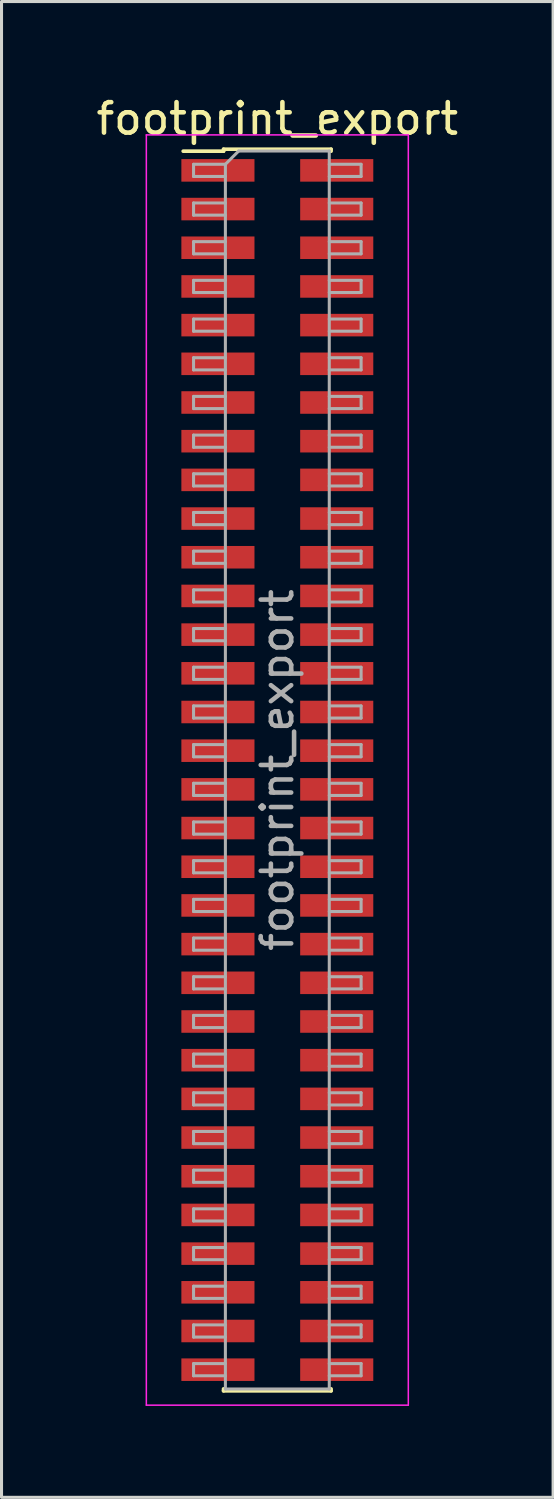
<source format=kicad_pcb>
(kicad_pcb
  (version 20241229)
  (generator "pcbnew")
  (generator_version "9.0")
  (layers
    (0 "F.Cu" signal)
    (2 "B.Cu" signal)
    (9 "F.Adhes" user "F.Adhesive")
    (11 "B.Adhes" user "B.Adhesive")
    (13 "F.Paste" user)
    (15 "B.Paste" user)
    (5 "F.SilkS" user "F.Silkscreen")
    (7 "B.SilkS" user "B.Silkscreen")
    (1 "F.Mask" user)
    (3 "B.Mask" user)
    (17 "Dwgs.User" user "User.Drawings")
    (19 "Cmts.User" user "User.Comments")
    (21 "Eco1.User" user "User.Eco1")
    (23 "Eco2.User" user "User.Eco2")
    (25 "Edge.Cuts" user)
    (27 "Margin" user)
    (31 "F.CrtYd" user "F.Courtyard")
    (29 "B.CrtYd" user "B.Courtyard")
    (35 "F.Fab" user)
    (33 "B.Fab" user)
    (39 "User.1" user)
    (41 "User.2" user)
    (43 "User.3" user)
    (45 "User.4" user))
  (footprint "footprint_export"
    (layer "F.Cu")
    (at 6.054 22.228)
    (property "Reference" "footprint_export" (at 0 -21.38 0) (layer "F.SilkS") (effects (font (size 1 1) (thickness 0.15))))
    (attr smd)
    (fp_line (start -3.09 -20.315) (end -1.765 -20.315) (stroke (width 0.12) (type solid)) (layer "F.SilkS"))
    (fp_line (start -1.765 -20.38) (end -1.765 -20.315) (stroke (width 0.12) (type solid)) (layer "F.SilkS"))
    (fp_line (start -1.765 -20.38) (end 1.765 -20.38) (stroke (width 0.12) (type solid)) (layer "F.SilkS"))
    (fp_line (start -1.765 20.315) (end -1.765 20.38) (stroke (width 0.12) (type solid)) (layer "F.SilkS"))
    (fp_line (start -1.765 20.38) (end 1.765 20.38) (stroke (width 0.12) (type solid)) (layer "F.SilkS"))
    (fp_line (start 1.765 -20.38) (end 1.765 -20.315) (stroke (width 0.12) (type solid)) (layer "F.SilkS"))
    (fp_line (start 1.765 20.315) (end 1.765 20.38) (stroke (width 0.12) (type solid)) (layer "F.SilkS"))
    (fp_line (start -4.3 -20.85) (end -4.3 20.85) (stroke (width 0.05) (type solid)) (layer "F.CrtYd"))
    (fp_line (start -4.3 20.85) (end 4.3 20.85) (stroke (width 0.05) (type solid)) (layer "F.CrtYd"))
    (fp_line (start 4.3 -20.85) (end -4.3 -20.85) (stroke (width 0.05) (type solid)) (layer "F.CrtYd"))
    (fp_line (start 4.3 20.85) (end 4.3 -20.85) (stroke (width 0.05) (type solid)) (layer "F.CrtYd"))
    (fp_line (start -2.75 -19.885) (end -2.75 -19.485) (stroke (width 0.1) (type solid)) (layer "F.Fab"))
    (fp_line (start -2.75 -19.485) (end -1.705 -19.485) (stroke (width 0.1) (type solid)) (layer "F.Fab"))
    (fp_line (start -2.75 -18.615) (end -2.75 -18.215) (stroke (width 0.1) (type solid)) (layer "F.Fab"))
    (fp_line (start -2.75 -18.215) (end -1.705 -18.215) (stroke (width 0.1) (type solid)) (layer "F.Fab"))
    (fp_line (start -2.75 -17.345) (end -2.75 -16.945) (stroke (width 0.1) (type solid)) (layer "F.Fab"))
    (fp_line (start -2.75 -16.945) (end -1.705 -16.945) (stroke (width 0.1) (type solid)) (layer "F.Fab"))
    (fp_line (start -2.75 -16.075) (end -2.75 -15.675) (stroke (width 0.1) (type solid)) (layer "F.Fab"))
    (fp_line (start -2.75 -15.675) (end -1.705 -15.675) (stroke (width 0.1) (type solid)) (layer "F.Fab"))
    (fp_line (start -2.75 -14.805) (end -2.75 -14.405) (stroke (width 0.1) (type solid)) (layer "F.Fab"))
    (fp_line (start -2.75 -14.405) (end -1.705 -14.405) (stroke (width 0.1) (type solid)) (layer "F.Fab"))
    (fp_line (start -2.75 -13.535) (end -2.75 -13.135) (stroke (width 0.1) (type solid)) (layer "F.Fab"))
    (fp_line (start -2.75 -13.135) (end -1.705 -13.135) (stroke (width 0.1) (type solid)) (layer "F.Fab"))
    (fp_line (start -2.75 -12.265) (end -2.75 -11.865) (stroke (width 0.1) (type solid)) (layer "F.Fab"))
    (fp_line (start -2.75 -11.865) (end -1.705 -11.865) (stroke (width 0.1) (type solid)) (layer "F.Fab"))
    (fp_line (start -2.75 -10.995) (end -2.75 -10.595) (stroke (width 0.1) (type solid)) (layer "F.Fab"))
    (fp_line (start -2.75 -10.595) (end -1.705 -10.595) (stroke (width 0.1) (type solid)) (layer "F.Fab"))
    (fp_line (start -2.75 -9.725) (end -2.75 -9.325) (stroke (width 0.1) (type solid)) (layer "F.Fab"))
    (fp_line (start -2.75 -9.325) (end -1.705 -9.325) (stroke (width 0.1) (type solid)) (layer "F.Fab"))
    (fp_line (start -2.75 -8.455) (end -2.75 -8.055) (stroke (width 0.1) (type solid)) (layer "F.Fab"))
    (fp_line (start -2.75 -8.055) (end -1.705 -8.055) (stroke (width 0.1) (type solid)) (layer "F.Fab"))
    (fp_line (start -2.75 -7.185) (end -2.75 -6.785) (stroke (width 0.1) (type solid)) (layer "F.Fab"))
    (fp_line (start -2.75 -6.785) (end -1.705 -6.785) (stroke (width 0.1) (type solid)) (layer "F.Fab"))
    (fp_line (start -2.75 -5.915) (end -2.75 -5.515) (stroke (width 0.1) (type solid)) (layer "F.Fab"))
    (fp_line (start -2.75 -5.515) (end -1.705 -5.515) (stroke (width 0.1) (type solid)) (layer "F.Fab"))
    (fp_line (start -2.75 -4.645) (end -2.75 -4.245) (stroke (width 0.1) (type solid)) (layer "F.Fab"))
    (fp_line (start -2.75 -4.245) (end -1.705 -4.245) (stroke (width 0.1) (type solid)) (layer "F.Fab"))
    (fp_line (start -2.75 -3.375) (end -2.75 -2.975) (stroke (width 0.1) (type solid)) (layer "F.Fab"))
    (fp_line (start -2.75 -2.975) (end -1.705 -2.975) (stroke (width 0.1) (type solid)) (layer "F.Fab"))
    (fp_line (start -2.75 -2.105) (end -2.75 -1.705) (stroke (width 0.1) (type solid)) (layer "F.Fab"))
    (fp_line (start -2.75 -1.705) (end -1.705 -1.705) (stroke (width 0.1) (type solid)) (layer "F.Fab"))
    (fp_line (start -2.75 -0.835) (end -2.75 -0.435) (stroke (width 0.1) (type solid)) (layer "F.Fab"))
    (fp_line (start -2.75 -0.435) (end -1.705 -0.435) (stroke (width 0.1) (type solid)) (layer "F.Fab"))
    (fp_line (start -2.75 0.435) (end -2.75 0.835) (stroke (width 0.1) (type solid)) (layer "F.Fab"))
    (fp_line (start -2.75 0.835) (end -1.705 0.835) (stroke (width 0.1) (type solid)) (layer "F.Fab"))
    (fp_line (start -2.75 1.705) (end -2.75 2.105) (stroke (width 0.1) (type solid)) (layer "F.Fab"))
    (fp_line (start -2.75 2.105) (end -1.705 2.105) (stroke (width 0.1) (type solid)) (layer "F.Fab"))
    (fp_line (start -2.75 2.975) (end -2.75 3.375) (stroke (width 0.1) (type solid)) (layer "F.Fab"))
    (fp_line (start -2.75 3.375) (end -1.705 3.375) (stroke (width 0.1) (type solid)) (layer "F.Fab"))
    (fp_line (start -2.75 4.245) (end -2.75 4.645) (stroke (width 0.1) (type solid)) (layer "F.Fab"))
    (fp_line (start -2.75 4.645) (end -1.705 4.645) (stroke (width 0.1) (type solid)) (layer "F.Fab"))
    (fp_line (start -2.75 5.515) (end -2.75 5.915) (stroke (width 0.1) (type solid)) (layer "F.Fab"))
    (fp_line (start -2.75 5.915) (end -1.705 5.915) (stroke (width 0.1) (type solid)) (layer "F.Fab"))
    (fp_line (start -2.75 6.785) (end -2.75 7.185) (stroke (width 0.1) (type solid)) (layer "F.Fab"))
    (fp_line (start -2.75 7.185) (end -1.705 7.185) (stroke (width 0.1) (type solid)) (layer "F.Fab"))
    (fp_line (start -2.75 8.055) (end -2.75 8.455) (stroke (width 0.1) (type solid)) (layer "F.Fab"))
    (fp_line (start -2.75 8.455) (end -1.705 8.455) (stroke (width 0.1) (type solid)) (layer "F.Fab"))
    (fp_line (start -2.75 9.325) (end -2.75 9.725) (stroke (width 0.1) (type solid)) (layer "F.Fab"))
    (fp_line (start -2.75 9.725) (end -1.705 9.725) (stroke (width 0.1) (type solid)) (layer "F.Fab"))
    (fp_line (start -2.75 10.595) (end -2.75 10.995) (stroke (width 0.1) (type solid)) (layer "F.Fab"))
    (fp_line (start -2.75 10.995) (end -1.705 10.995) (stroke (width 0.1) (type solid)) (layer "F.Fab"))
    (fp_line (start -2.75 11.865) (end -2.75 12.265) (stroke (width 0.1) (type solid)) (layer "F.Fab"))
    (fp_line (start -2.75 12.265) (end -1.705 12.265) (stroke (width 0.1) (type solid)) (layer "F.Fab"))
    (fp_line (start -2.75 13.135) (end -2.75 13.535) (stroke (width 0.1) (type solid)) (layer "F.Fab"))
    (fp_line (start -2.75 13.535) (end -1.705 13.535) (stroke (width 0.1) (type solid)) (layer "F.Fab"))
    (fp_line (start -2.75 14.405) (end -2.75 14.805) (stroke (width 0.1) (type solid)) (layer "F.Fab"))
    (fp_line (start -2.75 14.805) (end -1.705 14.805) (stroke (width 0.1) (type solid)) (layer "F.Fab"))
    (fp_line (start -2.75 15.675) (end -2.75 16.075) (stroke (width 0.1) (type solid)) (layer "F.Fab"))
    (fp_line (start -2.75 16.075) (end -1.705 16.075) (stroke (width 0.1) (type solid)) (layer "F.Fab"))
    (fp_line (start -2.75 16.945) (end -2.75 17.345) (stroke (width 0.1) (type solid)) (layer "F.Fab"))
    (fp_line (start -2.75 17.345) (end -1.705 17.345) (stroke (width 0.1) (type solid)) (layer "F.Fab"))
    (fp_line (start -2.75 18.215) (end -2.75 18.615) (stroke (width 0.1) (type solid)) (layer "F.Fab"))
    (fp_line (start -2.75 18.615) (end -1.705 18.615) (stroke (width 0.1) (type solid)) (layer "F.Fab"))
    (fp_line (start -2.75 19.485) (end -2.75 19.885) (stroke (width 0.1) (type solid)) (layer "F.Fab"))
    (fp_line (start -2.75 19.885) (end -1.705 19.885) (stroke (width 0.1) (type solid)) (layer "F.Fab"))
    (fp_line (start -1.705 -19.885) (end -2.75 -19.885) (stroke (width 0.1) (type solid)) (layer "F.Fab"))
    (fp_line (start -1.705 -19.885) (end -1.27 -20.32) (stroke (width 0.1) (type solid)) (layer "F.Fab"))
    (fp_line (start -1.705 -18.615) (end -2.75 -18.615) (stroke (width 0.1) (type solid)) (layer "F.Fab"))
    (fp_line (start -1.705 -17.345) (end -2.75 -17.345) (stroke (width 0.1) (type solid)) (layer "F.Fab"))
    (fp_line (start -1.705 -16.075) (end -2.75 -16.075) (stroke (width 0.1) (type solid)) (layer "F.Fab"))
    (fp_line (start -1.705 -14.805) (end -2.75 -14.805) (stroke (width 0.1) (type solid)) (layer "F.Fab"))
    (fp_line (start -1.705 -13.535) (end -2.75 -13.535) (stroke (width 0.1) (type solid)) (layer "F.Fab"))
    (fp_line (start -1.705 -12.265) (end -2.75 -12.265) (stroke (width 0.1) (type solid)) (layer "F.Fab"))
    (fp_line (start -1.705 -10.995) (end -2.75 -10.995) (stroke (width 0.1) (type solid)) (layer "F.Fab"))
    (fp_line (start -1.705 -9.725) (end -2.75 -9.725) (stroke (width 0.1) (type solid)) (layer "F.Fab"))
    (fp_line (start -1.705 -8.455) (end -2.75 -8.455) (stroke (width 0.1) (type solid)) (layer "F.Fab"))
    (fp_line (start -1.705 -7.185) (end -2.75 -7.185) (stroke (width 0.1) (type solid)) (layer "F.Fab"))
    (fp_line (start -1.705 -5.915) (end -2.75 -5.915) (stroke (width 0.1) (type solid)) (layer "F.Fab"))
    (fp_line (start -1.705 -4.645) (end -2.75 -4.645) (stroke (width 0.1) (type solid)) (layer "F.Fab"))
    (fp_line (start -1.705 -3.375) (end -2.75 -3.375) (stroke (width 0.1) (type solid)) (layer "F.Fab"))
    (fp_line (start -1.705 -2.105) (end -2.75 -2.105) (stroke (width 0.1) (type solid)) (layer "F.Fab"))
    (fp_line (start -1.705 -0.835) (end -2.75 -0.835) (stroke (width 0.1) (type solid)) (layer "F.Fab"))
    (fp_line (start -1.705 0.435) (end -2.75 0.435) (stroke (width 0.1) (type solid)) (layer "F.Fab"))
    (fp_line (start -1.705 1.705) (end -2.75 1.705) (stroke (width 0.1) (type solid)) (layer "F.Fab"))
    (fp_line (start -1.705 2.975) (end -2.75 2.975) (stroke (width 0.1) (type solid)) (layer "F.Fab"))
    (fp_line (start -1.705 4.245) (end -2.75 4.245) (stroke (width 0.1) (type solid)) (layer "F.Fab"))
    (fp_line (start -1.705 5.515) (end -2.75 5.515) (stroke (width 0.1) (type solid)) (layer "F.Fab"))
    (fp_line (start -1.705 6.785) (end -2.75 6.785) (stroke (width 0.1) (type solid)) (layer "F.Fab"))
    (fp_line (start -1.705 8.055) (end -2.75 8.055) (stroke (width 0.1) (type solid)) (layer "F.Fab"))
    (fp_line (start -1.705 9.325) (end -2.75 9.325) (stroke (width 0.1) (type solid)) (layer "F.Fab"))
    (fp_line (start -1.705 10.595) (end -2.75 10.595) (stroke (width 0.1) (type solid)) (layer "F.Fab"))
    (fp_line (start -1.705 11.865) (end -2.75 11.865) (stroke (width 0.1) (type solid)) (layer "F.Fab"))
    (fp_line (start -1.705 13.135) (end -2.75 13.135) (stroke (width 0.1) (type solid)) (layer "F.Fab"))
    (fp_line (start -1.705 14.405) (end -2.75 14.405) (stroke (width 0.1) (type solid)) (layer "F.Fab"))
    (fp_line (start -1.705 15.675) (end -2.75 15.675) (stroke (width 0.1) (type solid)) (layer "F.Fab"))
    (fp_line (start -1.705 16.945) (end -2.75 16.945) (stroke (width 0.1) (type solid)) (layer "F.Fab"))
    (fp_line (start -1.705 18.215) (end -2.75 18.215) (stroke (width 0.1) (type solid)) (layer "F.Fab"))
    (fp_line (start -1.705 19.485) (end -2.75 19.485) (stroke (width 0.1) (type solid)) (layer "F.Fab"))
    (fp_line (start -1.705 20.32) (end -1.705 -19.885) (stroke (width 0.1) (type solid)) (layer "F.Fab"))
    (fp_line (start -1.27 -20.32) (end 1.705 -20.32) (stroke (width 0.1) (type solid)) (layer "F.Fab"))
    (fp_line (start 1.705 -20.32) (end 1.705 20.32) (stroke (width 0.1) (type solid)) (layer "F.Fab"))
    (fp_line (start 1.705 -19.885) (end 2.75 -19.885) (stroke (width 0.1) (type solid)) (layer "F.Fab"))
    (fp_line (start 1.705 -18.615) (end 2.75 -18.615) (stroke (width 0.1) (type solid)) (layer "F.Fab"))
    (fp_line (start 1.705 -17.345) (end 2.75 -17.345) (stroke (width 0.1) (type solid)) (layer "F.Fab"))
    (fp_line (start 1.705 -16.075) (end 2.75 -16.075) (stroke (width 0.1) (type solid)) (layer "F.Fab"))
    (fp_line (start 1.705 -14.805) (end 2.75 -14.805) (stroke (width 0.1) (type solid)) (layer "F.Fab"))
    (fp_line (start 1.705 -13.535) (end 2.75 -13.535) (stroke (width 0.1) (type solid)) (layer "F.Fab"))
    (fp_line (start 1.705 -12.265) (end 2.75 -12.265) (stroke (width 0.1) (type solid)) (layer "F.Fab"))
    (fp_line (start 1.705 -10.995) (end 2.75 -10.995) (stroke (width 0.1) (type solid)) (layer "F.Fab"))
    (fp_line (start 1.705 -9.725) (end 2.75 -9.725) (stroke (width 0.1) (type solid)) (layer "F.Fab"))
    (fp_line (start 1.705 -8.455) (end 2.75 -8.455) (stroke (width 0.1) (type solid)) (layer "F.Fab"))
    (fp_line (start 1.705 -7.185) (end 2.75 -7.185) (stroke (width 0.1) (type solid)) (layer "F.Fab"))
    (fp_line (start 1.705 -5.915) (end 2.75 -5.915) (stroke (width 0.1) (type solid)) (layer "F.Fab"))
    (fp_line (start 1.705 -4.645) (end 2.75 -4.645) (stroke (width 0.1) (type solid)) (layer "F.Fab"))
    (fp_line (start 1.705 -3.375) (end 2.75 -3.375) (stroke (width 0.1) (type solid)) (layer "F.Fab"))
    (fp_line (start 1.705 -2.105) (end 2.75 -2.105) (stroke (width 0.1) (type solid)) (layer "F.Fab"))
    (fp_line (start 1.705 -0.835) (end 2.75 -0.835) (stroke (width 0.1) (type solid)) (layer "F.Fab"))
    (fp_line (start 1.705 0.435) (end 2.75 0.435) (stroke (width 0.1) (type solid)) (layer "F.Fab"))
    (fp_line (start 1.705 1.705) (end 2.75 1.705) (stroke (width 0.1) (type solid)) (layer "F.Fab"))
    (fp_line (start 1.705 2.975) (end 2.75 2.975) (stroke (width 0.1) (type solid)) (layer "F.Fab"))
    (fp_line (start 1.705 4.245) (end 2.75 4.245) (stroke (width 0.1) (type solid)) (layer "F.Fab"))
    (fp_line (start 1.705 5.515) (end 2.75 5.515) (stroke (width 0.1) (type solid)) (layer "F.Fab"))
    (fp_line (start 1.705 6.785) (end 2.75 6.785) (stroke (width 0.1) (type solid)) (layer "F.Fab"))
    (fp_line (start 1.705 8.055) (end 2.75 8.055) (stroke (width 0.1) (type solid)) (layer "F.Fab"))
    (fp_line (start 1.705 9.325) (end 2.75 9.325) (stroke (width 0.1) (type solid)) (layer "F.Fab"))
    (fp_line (start 1.705 10.595) (end 2.75 10.595) (stroke (width 0.1) (type solid)) (layer "F.Fab"))
    (fp_line (start 1.705 11.865) (end 2.75 11.865) (stroke (width 0.1) (type solid)) (layer "F.Fab"))
    (fp_line (start 1.705 13.135) (end 2.75 13.135) (stroke (width 0.1) (type solid)) (layer "F.Fab"))
    (fp_line (start 1.705 14.405) (end 2.75 14.405) (stroke (width 0.1) (type solid)) (layer "F.Fab"))
    (fp_line (start 1.705 15.675) (end 2.75 15.675) (stroke (width 0.1) (type solid)) (layer "F.Fab"))
    (fp_line (start 1.705 16.945) (end 2.75 16.945) (stroke (width 0.1) (type solid)) (layer "F.Fab"))
    (fp_line (start 1.705 18.215) (end 2.75 18.215) (stroke (width 0.1) (type solid)) (layer "F.Fab"))
    (fp_line (start 1.705 19.485) (end 2.75 19.485) (stroke (width 0.1) (type solid)) (layer "F.Fab"))
    (fp_line (start 1.705 20.32) (end -1.705 20.32) (stroke (width 0.1) (type solid)) (layer "F.Fab"))
    (fp_line (start 2.75 -19.885) (end 2.75 -19.485) (stroke (width 0.1) (type solid)) (layer "F.Fab"))
    (fp_line (start 2.75 -19.485) (end 1.705 -19.485) (stroke (width 0.1) (type solid)) (layer "F.Fab"))
    (fp_line (start 2.75 -18.615) (end 2.75 -18.215) (stroke (width 0.1) (type solid)) (layer "F.Fab"))
    (fp_line (start 2.75 -18.215) (end 1.705 -18.215) (stroke (width 0.1) (type solid)) (layer "F.Fab"))
    (fp_line (start 2.75 -17.345) (end 2.75 -16.945) (stroke (width 0.1) (type solid)) (layer "F.Fab"))
    (fp_line (start 2.75 -16.945) (end 1.705 -16.945) (stroke (width 0.1) (type solid)) (layer "F.Fab"))
    (fp_line (start 2.75 -16.075) (end 2.75 -15.675) (stroke (width 0.1) (type solid)) (layer "F.Fab"))
    (fp_line (start 2.75 -15.675) (end 1.705 -15.675) (stroke (width 0.1) (type solid)) (layer "F.Fab"))
    (fp_line (start 2.75 -14.805) (end 2.75 -14.405) (stroke (width 0.1) (type solid)) (layer "F.Fab"))
    (fp_line (start 2.75 -14.405) (end 1.705 -14.405) (stroke (width 0.1) (type solid)) (layer "F.Fab"))
    (fp_line (start 2.75 -13.535) (end 2.75 -13.135) (stroke (width 0.1) (type solid)) (layer "F.Fab"))
    (fp_line (start 2.75 -13.135) (end 1.705 -13.135) (stroke (width 0.1) (type solid)) (layer "F.Fab"))
    (fp_line (start 2.75 -12.265) (end 2.75 -11.865) (stroke (width 0.1) (type solid)) (layer "F.Fab"))
    (fp_line (start 2.75 -11.865) (end 1.705 -11.865) (stroke (width 0.1) (type solid)) (layer "F.Fab"))
    (fp_line (start 2.75 -10.995) (end 2.75 -10.595) (stroke (width 0.1) (type solid)) (layer "F.Fab"))
    (fp_line (start 2.75 -10.595) (end 1.705 -10.595) (stroke (width 0.1) (type solid)) (layer "F.Fab"))
    (fp_line (start 2.75 -9.725) (end 2.75 -9.325) (stroke (width 0.1) (type solid)) (layer "F.Fab"))
    (fp_line (start 2.75 -9.325) (end 1.705 -9.325) (stroke (width 0.1) (type solid)) (layer "F.Fab"))
    (fp_line (start 2.75 -8.455) (end 2.75 -8.055) (stroke (width 0.1) (type solid)) (layer "F.Fab"))
    (fp_line (start 2.75 -8.055) (end 1.705 -8.055) (stroke (width 0.1) (type solid)) (layer "F.Fab"))
    (fp_line (start 2.75 -7.185) (end 2.75 -6.785) (stroke (width 0.1) (type solid)) (layer "F.Fab"))
    (fp_line (start 2.75 -6.785) (end 1.705 -6.785) (stroke (width 0.1) (type solid)) (layer "F.Fab"))
    (fp_line (start 2.75 -5.915) (end 2.75 -5.515) (stroke (width 0.1) (type solid)) (layer "F.Fab"))
    (fp_line (start 2.75 -5.515) (end 1.705 -5.515) (stroke (width 0.1) (type solid)) (layer "F.Fab"))
    (fp_line (start 2.75 -4.645) (end 2.75 -4.245) (stroke (width 0.1) (type solid)) (layer "F.Fab"))
    (fp_line (start 2.75 -4.245) (end 1.705 -4.245) (stroke (width 0.1) (type solid)) (layer "F.Fab"))
    (fp_line (start 2.75 -3.375) (end 2.75 -2.975) (stroke (width 0.1) (type solid)) (layer "F.Fab"))
    (fp_line (start 2.75 -2.975) (end 1.705 -2.975) (stroke (width 0.1) (type solid)) (layer "F.Fab"))
    (fp_line (start 2.75 -2.105) (end 2.75 -1.705) (stroke (width 0.1) (type solid)) (layer "F.Fab"))
    (fp_line (start 2.75 -1.705) (end 1.705 -1.705) (stroke (width 0.1) (type solid)) (layer "F.Fab"))
    (fp_line (start 2.75 -0.835) (end 2.75 -0.435) (stroke (width 0.1) (type solid)) (layer "F.Fab"))
    (fp_line (start 2.75 -0.435) (end 1.705 -0.435) (stroke (width 0.1) (type solid)) (layer "F.Fab"))
    (fp_line (start 2.75 0.435) (end 2.75 0.835) (stroke (width 0.1) (type solid)) (layer "F.Fab"))
    (fp_line (start 2.75 0.835) (end 1.705 0.835) (stroke (width 0.1) (type solid)) (layer "F.Fab"))
    (fp_line (start 2.75 1.705) (end 2.75 2.105) (stroke (width 0.1) (type solid)) (layer "F.Fab"))
    (fp_line (start 2.75 2.105) (end 1.705 2.105) (stroke (width 0.1) (type solid)) (layer "F.Fab"))
    (fp_line (start 2.75 2.975) (end 2.75 3.375) (stroke (width 0.1) (type solid)) (layer "F.Fab"))
    (fp_line (start 2.75 3.375) (end 1.705 3.375) (stroke (width 0.1) (type solid)) (layer "F.Fab"))
    (fp_line (start 2.75 4.245) (end 2.75 4.645) (stroke (width 0.1) (type solid)) (layer "F.Fab"))
    (fp_line (start 2.75 4.645) (end 1.705 4.645) (stroke (width 0.1) (type solid)) (layer "F.Fab"))
    (fp_line (start 2.75 5.515) (end 2.75 5.915) (stroke (width 0.1) (type solid)) (layer "F.Fab"))
    (fp_line (start 2.75 5.915) (end 1.705 5.915) (stroke (width 0.1) (type solid)) (layer "F.Fab"))
    (fp_line (start 2.75 6.785) (end 2.75 7.185) (stroke (width 0.1) (type solid)) (layer "F.Fab"))
    (fp_line (start 2.75 7.185) (end 1.705 7.185) (stroke (width 0.1) (type solid)) (layer "F.Fab"))
    (fp_line (start 2.75 8.055) (end 2.75 8.455) (stroke (width 0.1) (type solid)) (layer "F.Fab"))
    (fp_line (start 2.75 8.455) (end 1.705 8.455) (stroke (width 0.1) (type solid)) (layer "F.Fab"))
    (fp_line (start 2.75 9.325) (end 2.75 9.725) (stroke (width 0.1) (type solid)) (layer "F.Fab"))
    (fp_line (start 2.75 9.725) (end 1.705 9.725) (stroke (width 0.1) (type solid)) (layer "F.Fab"))
    (fp_line (start 2.75 10.595) (end 2.75 10.995) (stroke (width 0.1) (type solid)) (layer "F.Fab"))
    (fp_line (start 2.75 10.995) (end 1.705 10.995) (stroke (width 0.1) (type solid)) (layer "F.Fab"))
    (fp_line (start 2.75 11.865) (end 2.75 12.265) (stroke (width 0.1) (type solid)) (layer "F.Fab"))
    (fp_line (start 2.75 12.265) (end 1.705 12.265) (stroke (width 0.1) (type solid)) (layer "F.Fab"))
    (fp_line (start 2.75 13.135) (end 2.75 13.535) (stroke (width 0.1) (type solid)) (layer "F.Fab"))
    (fp_line (start 2.75 13.535) (end 1.705 13.535) (stroke (width 0.1) (type solid)) (layer "F.Fab"))
    (fp_line (start 2.75 14.405) (end 2.75 14.805) (stroke (width 0.1) (type solid)) (layer "F.Fab"))
    (fp_line (start 2.75 14.805) (end 1.705 14.805) (stroke (width 0.1) (type solid)) (layer "F.Fab"))
    (fp_line (start 2.75 15.675) (end 2.75 16.075) (stroke (width 0.1) (type solid)) (layer "F.Fab"))
    (fp_line (start 2.75 16.075) (end 1.705 16.075) (stroke (width 0.1) (type solid)) (layer "F.Fab"))
    (fp_line (start 2.75 16.945) (end 2.75 17.345) (stroke (width 0.1) (type solid)) (layer "F.Fab"))
    (fp_line (start 2.75 17.345) (end 1.705 17.345) (stroke (width 0.1) (type solid)) (layer "F.Fab"))
    (fp_line (start 2.75 18.215) (end 2.75 18.615) (stroke (width 0.1) (type solid)) (layer "F.Fab"))
    (fp_line (start 2.75 18.615) (end 1.705 18.615) (stroke (width 0.1) (type solid)) (layer "F.Fab"))
    (fp_line (start 2.75 19.485) (end 2.75 19.885) (stroke (width 0.1) (type solid)) (layer "F.Fab"))
    (fp_line (start 2.75 19.885) (end 1.705 19.885) (stroke (width 0.1) (type solid)) (layer "F.Fab"))
    (fp_text user "${REFERENCE}" (at 0 0 90) (layer "F.Fab") (effects (font (size 1 1) (thickness 0.15))))
    (pad "1" smd rect (at -1.95 -19.685) (size 2.4 0.74) (layers "F.Cu" "F.Mask" "F.Paste"))
    (pad "2" smd rect (at 1.95 -19.685) (size 2.4 0.74) (layers "F.Cu" "F.Mask" "F.Paste"))
    (pad "3" smd rect (at -1.95 -18.415) (size 2.4 0.74) (layers "F.Cu" "F.Mask" "F.Paste"))
    (pad "4" smd rect (at 1.95 -18.415) (size 2.4 0.74) (layers "F.Cu" "F.Mask" "F.Paste"))
    (pad "5" smd rect (at -1.95 -17.145) (size 2.4 0.74) (layers "F.Cu" "F.Mask" "F.Paste"))
    (pad "6" smd rect (at 1.95 -17.145) (size 2.4 0.74) (layers "F.Cu" "F.Mask" "F.Paste"))
    (pad "7" smd rect (at -1.95 -15.875) (size 2.4 0.74) (layers "F.Cu" "F.Mask" "F.Paste"))
    (pad "8" smd rect (at 1.95 -15.875) (size 2.4 0.74) (layers "F.Cu" "F.Mask" "F.Paste"))
    (pad "9" smd rect (at -1.95 -14.605) (size 2.4 0.74) (layers "F.Cu" "F.Mask" "F.Paste"))
    (pad "10" smd rect (at 1.95 -14.605) (size 2.4 0.74) (layers "F.Cu" "F.Mask" "F.Paste"))
    (pad "11" smd rect (at -1.95 -13.335) (size 2.4 0.74) (layers "F.Cu" "F.Mask" "F.Paste"))
    (pad "12" smd rect (at 1.95 -13.335) (size 2.4 0.74) (layers "F.Cu" "F.Mask" "F.Paste"))
    (pad "13" smd rect (at -1.95 -12.065) (size 2.4 0.74) (layers "F.Cu" "F.Mask" "F.Paste"))
    (pad "14" smd rect (at 1.95 -12.065) (size 2.4 0.74) (layers "F.Cu" "F.Mask" "F.Paste"))
    (pad "15" smd rect (at -1.95 -10.795) (size 2.4 0.74) (layers "F.Cu" "F.Mask" "F.Paste"))
    (pad "16" smd rect (at 1.95 -10.795) (size 2.4 0.74) (layers "F.Cu" "F.Mask" "F.Paste"))
    (pad "17" smd rect (at -1.95 -9.525) (size 2.4 0.74) (layers "F.Cu" "F.Mask" "F.Paste"))
    (pad "18" smd rect (at 1.95 -9.525) (size 2.4 0.74) (layers "F.Cu" "F.Mask" "F.Paste"))
    (pad "19" smd rect (at -1.95 -8.255) (size 2.4 0.74) (layers "F.Cu" "F.Mask" "F.Paste"))
    (pad "20" smd rect (at 1.95 -8.255) (size 2.4 0.74) (layers "F.Cu" "F.Mask" "F.Paste"))
    (pad "21" smd rect (at -1.95 -6.985) (size 2.4 0.74) (layers "F.Cu" "F.Mask" "F.Paste"))
    (pad "22" smd rect (at 1.95 -6.985) (size 2.4 0.74) (layers "F.Cu" "F.Mask" "F.Paste"))
    (pad "23" smd rect (at -1.95 -5.715) (size 2.4 0.74) (layers "F.Cu" "F.Mask" "F.Paste"))
    (pad "24" smd rect (at 1.95 -5.715) (size 2.4 0.74) (layers "F.Cu" "F.Mask" "F.Paste"))
    (pad "25" smd rect (at -1.95 -4.445) (size 2.4 0.74) (layers "F.Cu" "F.Mask" "F.Paste"))
    (pad "26" smd rect (at 1.95 -4.445) (size 2.4 0.74) (layers "F.Cu" "F.Mask" "F.Paste"))
    (pad "27" smd rect (at -1.95 -3.175) (size 2.4 0.74) (layers "F.Cu" "F.Mask" "F.Paste"))
    (pad "28" smd rect (at 1.95 -3.175) (size 2.4 0.74) (layers "F.Cu" "F.Mask" "F.Paste"))
    (pad "29" smd rect (at -1.95 -1.905) (size 2.4 0.74) (layers "F.Cu" "F.Mask" "F.Paste"))
    (pad "30" smd rect (at 1.95 -1.905) (size 2.4 0.74) (layers "F.Cu" "F.Mask" "F.Paste"))
    (pad "31" smd rect (at -1.95 -0.635) (size 2.4 0.74) (layers "F.Cu" "F.Mask" "F.Paste"))
    (pad "32" smd rect (at 1.95 -0.635) (size 2.4 0.74) (layers "F.Cu" "F.Mask" "F.Paste"))
    (pad "33" smd rect (at -1.95 0.635) (size 2.4 0.74) (layers "F.Cu" "F.Mask" "F.Paste"))
    (pad "34" smd rect (at 1.95 0.635) (size 2.4 0.74) (layers "F.Cu" "F.Mask" "F.Paste"))
    (pad "35" smd rect (at -1.95 1.905) (size 2.4 0.74) (layers "F.Cu" "F.Mask" "F.Paste"))
    (pad "36" smd rect (at 1.95 1.905) (size 2.4 0.74) (layers "F.Cu" "F.Mask" "F.Paste"))
    (pad "37" smd rect (at -1.95 3.175) (size 2.4 0.74) (layers "F.Cu" "F.Mask" "F.Paste"))
    (pad "38" smd rect (at 1.95 3.175) (size 2.4 0.74) (layers "F.Cu" "F.Mask" "F.Paste"))
    (pad "39" smd rect (at -1.95 4.445) (size 2.4 0.74) (layers "F.Cu" "F.Mask" "F.Paste"))
    (pad "40" smd rect (at 1.95 4.445) (size 2.4 0.74) (layers "F.Cu" "F.Mask" "F.Paste"))
    (pad "41" smd rect (at -1.95 5.715) (size 2.4 0.74) (layers "F.Cu" "F.Mask" "F.Paste"))
    (pad "42" smd rect (at 1.95 5.715) (size 2.4 0.74) (layers "F.Cu" "F.Mask" "F.Paste"))
    (pad "43" smd rect (at -1.95 6.985) (size 2.4 0.74) (layers "F.Cu" "F.Mask" "F.Paste"))
    (pad "44" smd rect (at 1.95 6.985) (size 2.4 0.74) (layers "F.Cu" "F.Mask" "F.Paste"))
    (pad "45" smd rect (at -1.95 8.255) (size 2.4 0.74) (layers "F.Cu" "F.Mask" "F.Paste"))
    (pad "46" smd rect (at 1.95 8.255) (size 2.4 0.74) (layers "F.Cu" "F.Mask" "F.Paste"))
    (pad "47" smd rect (at -1.95 9.525) (size 2.4 0.74) (layers "F.Cu" "F.Mask" "F.Paste"))
    (pad "48" smd rect (at 1.95 9.525) (size 2.4 0.74) (layers "F.Cu" "F.Mask" "F.Paste"))
    (pad "49" smd rect (at -1.95 10.795) (size 2.4 0.74) (layers "F.Cu" "F.Mask" "F.Paste"))
    (pad "50" smd rect (at 1.95 10.795) (size 2.4 0.74) (layers "F.Cu" "F.Mask" "F.Paste"))
    (pad "51" smd rect (at -1.95 12.065) (size 2.4 0.74) (layers "F.Cu" "F.Mask" "F.Paste"))
    (pad "52" smd rect (at 1.95 12.065) (size 2.4 0.74) (layers "F.Cu" "F.Mask" "F.Paste"))
    (pad "53" smd rect (at -1.95 13.335) (size 2.4 0.74) (layers "F.Cu" "F.Mask" "F.Paste"))
    (pad "54" smd rect (at 1.95 13.335) (size 2.4 0.74) (layers "F.Cu" "F.Mask" "F.Paste"))
    (pad "55" smd rect (at -1.95 14.605) (size 2.4 0.74) (layers "F.Cu" "F.Mask" "F.Paste"))
    (pad "56" smd rect (at 1.95 14.605) (size 2.4 0.74) (layers "F.Cu" "F.Mask" "F.Paste"))
    (pad "57" smd rect (at -1.95 15.875) (size 2.4 0.74) (layers "F.Cu" "F.Mask" "F.Paste"))
    (pad "58" smd rect (at 1.95 15.875) (size 2.4 0.74) (layers "F.Cu" "F.Mask" "F.Paste"))
    (pad "59" smd rect (at -1.95 17.145) (size 2.4 0.74) (layers "F.Cu" "F.Mask" "F.Paste"))
    (pad "60" smd rect (at 1.95 17.145) (size 2.4 0.74) (layers "F.Cu" "F.Mask" "F.Paste"))
    (pad "61" smd rect (at -1.95 18.415) (size 2.4 0.74) (layers "F.Cu" "F.Mask" "F.Paste"))
    (pad "62" smd rect (at 1.95 18.415) (size 2.4 0.74) (layers "F.Cu" "F.Mask" "F.Paste"))
    (pad "63" smd rect (at -1.95 19.685) (size 2.4 0.74) (layers "F.Cu" "F.Mask" "F.Paste"))
    (pad "64" smd rect (at 1.95 19.685) (size 2.4 0.74) (layers "F.Cu" "F.Mask" "F.Paste")))
  (gr_rect
    (start -3 -3)
    (end 15.107 46.103)
    (stroke (width 0.1) (type default))
    (fill no)
    (layer "Edge.Cuts")))
</source>
